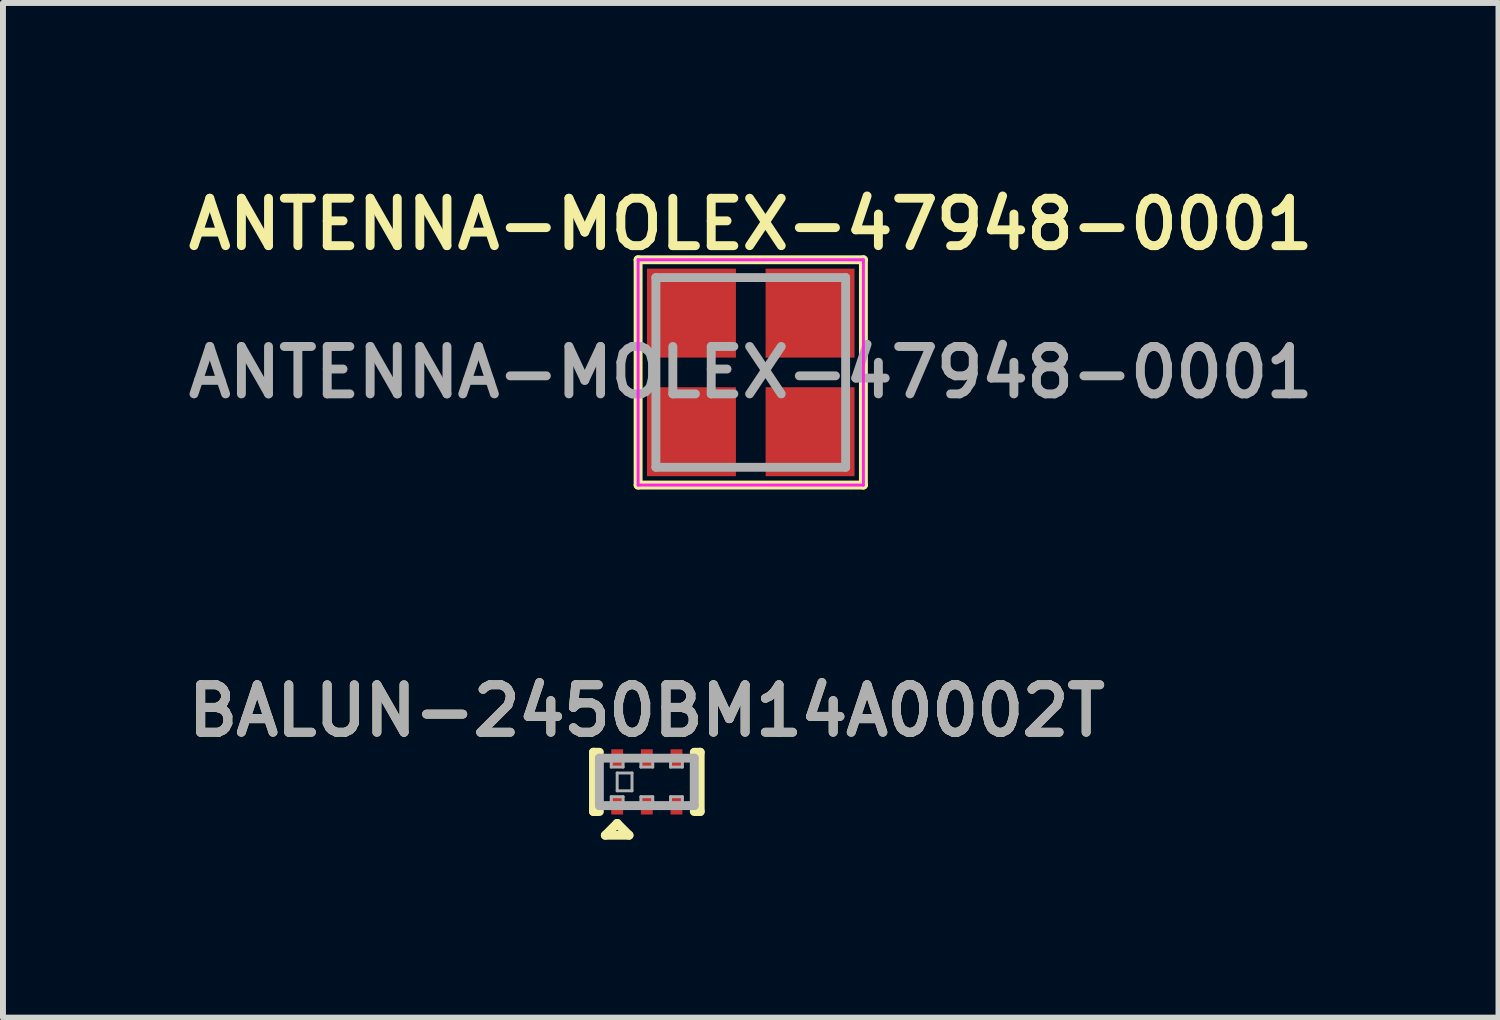
<source format=kicad_pcb>
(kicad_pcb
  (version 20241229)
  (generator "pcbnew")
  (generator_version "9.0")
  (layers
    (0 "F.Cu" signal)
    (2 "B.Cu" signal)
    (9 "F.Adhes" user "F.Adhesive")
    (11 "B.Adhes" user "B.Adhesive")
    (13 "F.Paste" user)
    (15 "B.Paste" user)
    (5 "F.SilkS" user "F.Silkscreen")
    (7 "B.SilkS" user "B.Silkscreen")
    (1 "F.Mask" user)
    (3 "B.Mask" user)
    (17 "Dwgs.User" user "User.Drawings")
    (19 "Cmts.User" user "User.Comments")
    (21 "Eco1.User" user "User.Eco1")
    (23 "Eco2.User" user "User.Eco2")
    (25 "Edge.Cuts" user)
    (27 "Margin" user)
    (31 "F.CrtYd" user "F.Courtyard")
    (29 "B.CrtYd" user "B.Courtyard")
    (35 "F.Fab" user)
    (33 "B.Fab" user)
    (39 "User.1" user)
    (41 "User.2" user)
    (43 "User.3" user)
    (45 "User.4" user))
  (footprint "BALUN-2450BM14A0002T"
    (layer "F.Cu")
    (at 7.859 10.137)
    (property "Reference" "BALUN-2450BM14A0002T" (at 0 -1.2 0) (layer "F.SilkS") (effects (font (size 0.8 0.8) (thickness 0.15))))
    (attr through_hole)
    (fp_line (start -0.9 -0.5) (end -0.9 0.5) (stroke (width 0.15) (type solid)) (layer "F.SilkS"))
    (fp_line (start -0.9 0.5) (end -0.8 0.5) (stroke (width 0.15) (type solid)) (layer "F.SilkS"))
    (fp_line (start -0.8 -0.5) (end -0.9 -0.5) (stroke (width 0.15) (type solid)) (layer "F.SilkS"))
    (fp_line (start -0.7 0.9) (end -0.3 0.9) (stroke (width 0.15) (type solid)) (layer "F.SilkS"))
    (fp_line (start -0.5 0.7) (end -0.7 0.9) (stroke (width 0.15) (type solid)) (layer "F.SilkS"))
    (fp_line (start -0.3 0.9) (end -0.5 0.7) (stroke (width 0.15) (type solid)) (layer "F.SilkS"))
    (fp_line (start 0.8 0.5) (end 0.9 0.5) (stroke (width 0.15) (type solid)) (layer "F.SilkS"))
    (fp_line (start 0.9 -0.5) (end 0.8 -0.5) (stroke (width 0.15) (type solid)) (layer "F.SilkS"))
    (fp_line (start 0.9 0.5) (end 0.9 -0.5) (stroke (width 0.15) (type solid)) (layer "F.SilkS"))
    (fp_line (start -0.8 -0.4) (end 0.8 -0.4) (stroke (width 0.15) (type solid)) (layer "F.Fab"))
    (fp_line (start -0.8 0.4) (end -0.8 -0.4) (stroke (width 0.15) (type solid)) (layer "F.Fab"))
    (fp_line (start -0.6 -0.4) (end -0.6 -0.25) (stroke (width 0.05) (type solid)) (layer "F.Fab"))
    (fp_line (start -0.6 -0.25) (end -0.4 -0.25) (stroke (width 0.05) (type solid)) (layer "F.Fab"))
    (fp_line (start -0.6 0.25) (end -0.4 0.25) (stroke (width 0.05) (type solid)) (layer "F.Fab"))
    (fp_line (start -0.6 0.4) (end -0.6 0.25) (stroke (width 0.05) (type solid)) (layer "F.Fab"))
    (fp_line (start -0.5 -0.15) (end -0.5 0.15) (stroke (width 0.05) (type solid)) (layer "F.Fab"))
    (fp_line (start -0.5 0.15) (end -0.25 0.15) (stroke (width 0.05) (type solid)) (layer "F.Fab"))
    (fp_line (start -0.4 -0.25) (end -0.4 -0.4) (stroke (width 0.05) (type solid)) (layer "F.Fab"))
    (fp_line (start -0.4 0.25) (end -0.4 0.4) (stroke (width 0.05) (type solid)) (layer "F.Fab"))
    (fp_line (start -0.25 -0.15) (end -0.5 -0.15) (stroke (width 0.05) (type solid)) (layer "F.Fab"))
    (fp_line (start -0.25 0.15) (end -0.25 -0.15) (stroke (width 0.05) (type solid)) (layer "F.Fab"))
    (fp_line (start -0.1 -0.4) (end -0.1 -0.25) (stroke (width 0.05) (type solid)) (layer "F.Fab"))
    (fp_line (start -0.1 -0.25) (end 0.1 -0.25) (stroke (width 0.05) (type solid)) (layer "F.Fab"))
    (fp_line (start -0.1 0.25) (end 0.1 0.25) (stroke (width 0.05) (type solid)) (layer "F.Fab"))
    (fp_line (start -0.1 0.4) (end -0.1 0.25) (stroke (width 0.05) (type solid)) (layer "F.Fab"))
    (fp_line (start 0.1 -0.25) (end 0.1 -0.4) (stroke (width 0.05) (type solid)) (layer "F.Fab"))
    (fp_line (start 0.1 0.25) (end 0.1 0.4) (stroke (width 0.05) (type solid)) (layer "F.Fab"))
    (fp_line (start 0.4 -0.4) (end 0.4 -0.25) (stroke (width 0.05) (type solid)) (layer "F.Fab"))
    (fp_line (start 0.4 -0.25) (end 0.6 -0.25) (stroke (width 0.05) (type solid)) (layer "F.Fab"))
    (fp_line (start 0.4 0.25) (end 0.6 0.25) (stroke (width 0.05) (type solid)) (layer "F.Fab"))
    (fp_line (start 0.4 0.4) (end 0.4 0.25) (stroke (width 0.05) (type solid)) (layer "F.Fab"))
    (fp_line (start 0.6 -0.25) (end 0.6 -0.4) (stroke (width 0.05) (type solid)) (layer "F.Fab"))
    (fp_line (start 0.6 0.25) (end 0.6 0.4) (stroke (width 0.05) (type solid)) (layer "F.Fab"))
    (fp_line (start 0.8 -0.4) (end 0.8 0.4) (stroke (width 0.15) (type solid)) (layer "F.Fab"))
    (fp_line (start 0.8 0.4) (end -0.8 0.4) (stroke (width 0.15) (type solid)) (layer "F.Fab"))
    (fp_text user "${REFERENCE}" (at 0 -1.2 0) (layer "F.Fab") (effects (font (size 0.8 0.8) (thickness 0.15))))
    (pad "1" smd rect (at -0.5 0.4) (size 0.2 0.3) (layers "F.Cu" "F.Mask" "F.Paste"))
    (pad "2" smd rect (at 0 0.4) (size 0.2 0.3) (layers "F.Cu" "F.Mask" "F.Paste"))
    (pad "3" smd rect (at 0.5 0.4) (size 0.2 0.3) (layers "F.Cu" "F.Mask" "F.Paste"))
    (pad "4" smd rect (at 0.5 -0.4) (size 0.2 0.3) (layers "F.Cu" "F.Mask" "F.Paste"))
    (pad "5" smd rect (at 0 -0.4) (size 0.2 0.3) (layers "F.Cu" "F.Mask" "F.Paste"))
    (pad "6" smd rect (at -0.5 -0.4) (size 0.2 0.3) (layers "F.Cu" "F.Mask" "F.Paste")))
  (footprint "ANTENNA-MOLEX-47948-0001"
    (layer "F.Cu")
    (at 9.612 3.231)
    (property "Reference" "ANTENNA-MOLEX-47948-0001" (at 0 -2.5 0) (layer "F.SilkS") (effects (font (size 0.8 0.8) (thickness 0.15))))
    (attr through_hole)
    (fp_line (start -1.9 -1.9) (end 1.9 -1.9) (stroke (width 0.15) (type solid)) (layer "F.SilkS"))
    (fp_line (start -1.9 1.9) (end -1.9 -1.9) (stroke (width 0.15) (type solid)) (layer "F.SilkS"))
    (fp_line (start 1.9 -1.9) (end 1.9 1.9) (stroke (width 0.15) (type solid)) (layer "F.SilkS"))
    (fp_line (start 1.9 1.9) (end -1.9 1.9) (stroke (width 0.15) (type solid)) (layer "F.SilkS"))
    (fp_line (start -1.9 -1.9) (end 1.9 -1.9) (stroke (width 0.05) (type solid)) (layer "F.CrtYd"))
    (fp_line (start -1.9 1.9) (end -1.9 -1.9) (stroke (width 0.05) (type solid)) (layer "F.CrtYd"))
    (fp_line (start 1.9 -1.9) (end 1.9 1.9) (stroke (width 0.05) (type solid)) (layer "F.CrtYd"))
    (fp_line (start 1.9 1.9) (end -1.9 1.9) (stroke (width 0.05) (type solid)) (layer "F.CrtYd"))
    (fp_line (start -1.6 -1.6) (end -1.6 1.6) (stroke (width 0.15) (type solid)) (layer "F.Fab"))
    (fp_line (start -1.6 1.6) (end 1.6 1.6) (stroke (width 0.15) (type solid)) (layer "F.Fab"))
    (fp_line (start 1.6 -1.6) (end -1.6 -1.6) (stroke (width 0.15) (type solid)) (layer "F.Fab"))
    (fp_line (start 1.6 1.6) (end 1.6 -1.6) (stroke (width 0.15) (type solid)) (layer "F.Fab"))
    (fp_text user "${REFERENCE}" (at 0 0 0) (layer "F.Fab") (effects (font (size 0.8 0.8) (thickness 0.15))))
    (pad "1" smd rect (at -1 1) (size 1.5 1.5) (layers "F.Cu" "F.Mask" "F.Paste"))
    (pad "2" smd rect (at -1 -1) (size 1.5 1.5) (layers "F.Cu" "F.Mask" "F.Paste"))
    (pad "3" smd rect (at 1 -1) (size 1.5 1.5) (layers "F.Cu" "F.Mask" "F.Paste"))
    (pad "4" smd rect (at 1 1) (size 1.5 1.5) (layers "F.Cu" "F.Mask" "F.Paste")))
  (gr_rect
    (start -3 -3)
    (end 22.223 14.113)
    (stroke (width 0.1) (type default))
    (fill no)
    (layer "Edge.Cuts")))
</source>
